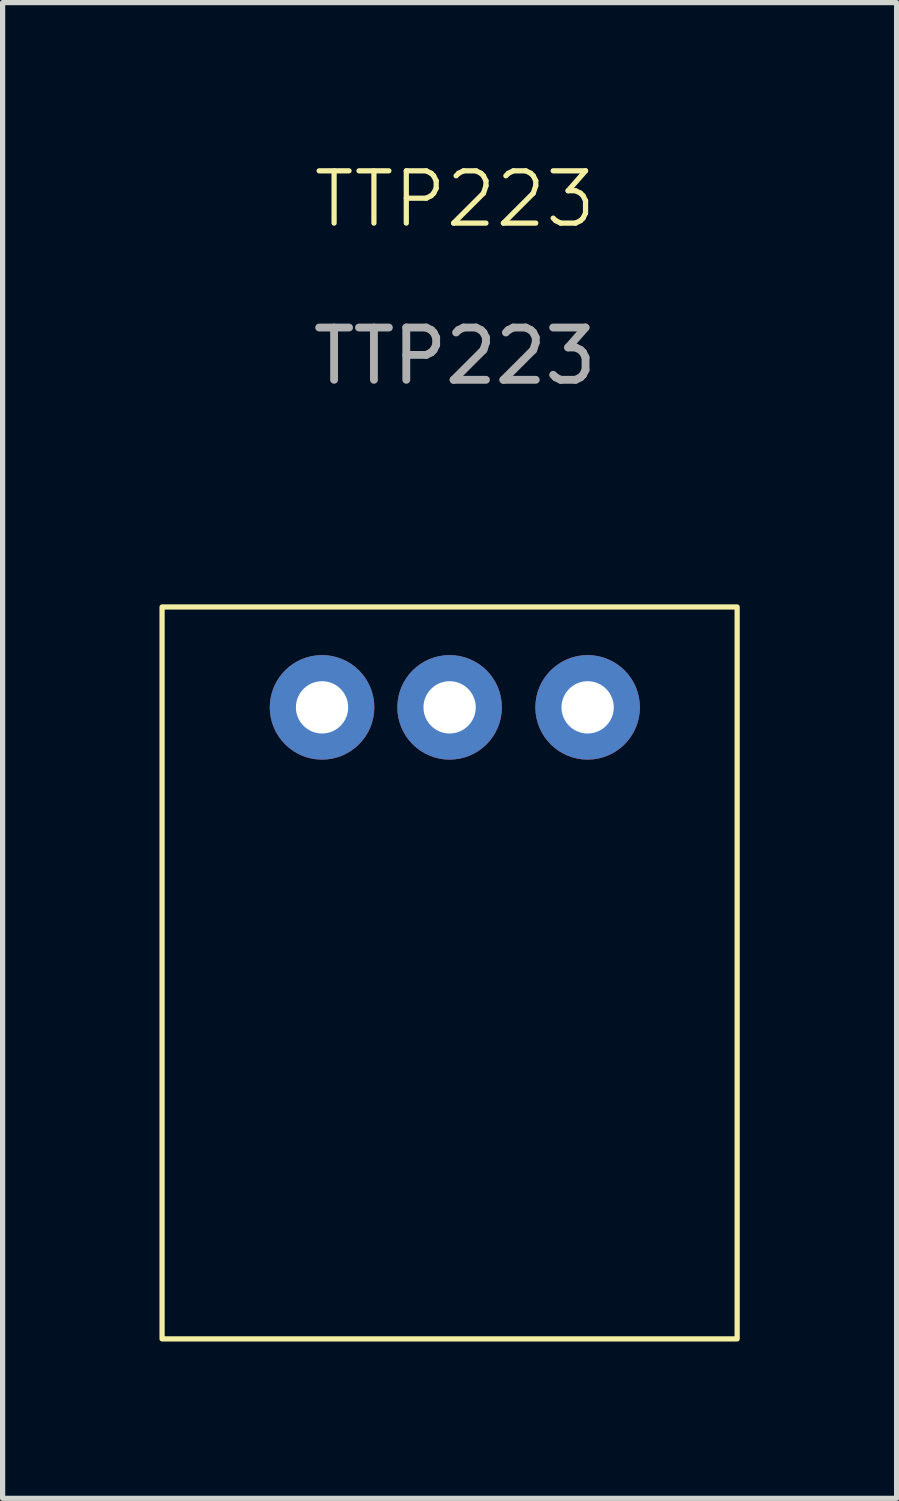
<source format=kicad_pcb>
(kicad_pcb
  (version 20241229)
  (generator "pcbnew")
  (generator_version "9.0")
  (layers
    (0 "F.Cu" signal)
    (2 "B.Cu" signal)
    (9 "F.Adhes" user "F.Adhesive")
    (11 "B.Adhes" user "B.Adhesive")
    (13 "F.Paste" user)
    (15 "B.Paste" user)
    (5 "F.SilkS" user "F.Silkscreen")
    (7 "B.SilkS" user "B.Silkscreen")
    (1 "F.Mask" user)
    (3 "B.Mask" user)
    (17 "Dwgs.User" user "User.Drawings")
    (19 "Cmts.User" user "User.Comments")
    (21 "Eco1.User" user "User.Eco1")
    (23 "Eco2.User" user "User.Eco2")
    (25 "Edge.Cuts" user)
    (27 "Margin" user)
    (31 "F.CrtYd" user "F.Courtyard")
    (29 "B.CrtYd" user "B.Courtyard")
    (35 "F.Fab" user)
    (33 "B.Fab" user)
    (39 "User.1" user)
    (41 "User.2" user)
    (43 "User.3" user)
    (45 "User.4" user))
  (footprint "TTP223"
    (layer "F.Cu")
    (at 5.65 15.56)
    (property "Reference" "TTP223" (at 0 -14.8 0) (unlocked yes) (layer "F.SilkS") (effects (font (size 1 1) (thickness 0.1))))
    (attr smd)
    (fp_rect (start -5.6 -7) (end 5.4 7) (stroke (width 0.1) (type default)) (fill no) (layer "F.SilkS"))
    (fp_text user "${REFERENCE}" (at 0 -11.8 0) (unlocked yes) (layer "F.Fab") (effects (font (size 1 1) (thickness 0.15))))
    (pad "1" thru_hole circle (at 2.54 -5.08) (size 2 2) (drill 1) (layers "*.Cu" "*.Mask"))
    (pad "2" thru_hole circle (at -0.1 -5.08) (size 2 2) (drill 1) (layers "*.Cu" "*.Mask"))
    (pad "3" thru_hole circle (at -2.54 -5.08) (size 2 2) (drill 1) (layers "*.Cu" "*.Mask")))
  (gr_rect
    (start -3 -3)
    (end 14.1 25.61)
    (stroke (width 0.1) (type default))
    (fill no)
    (layer "Edge.Cuts")))
</source>
